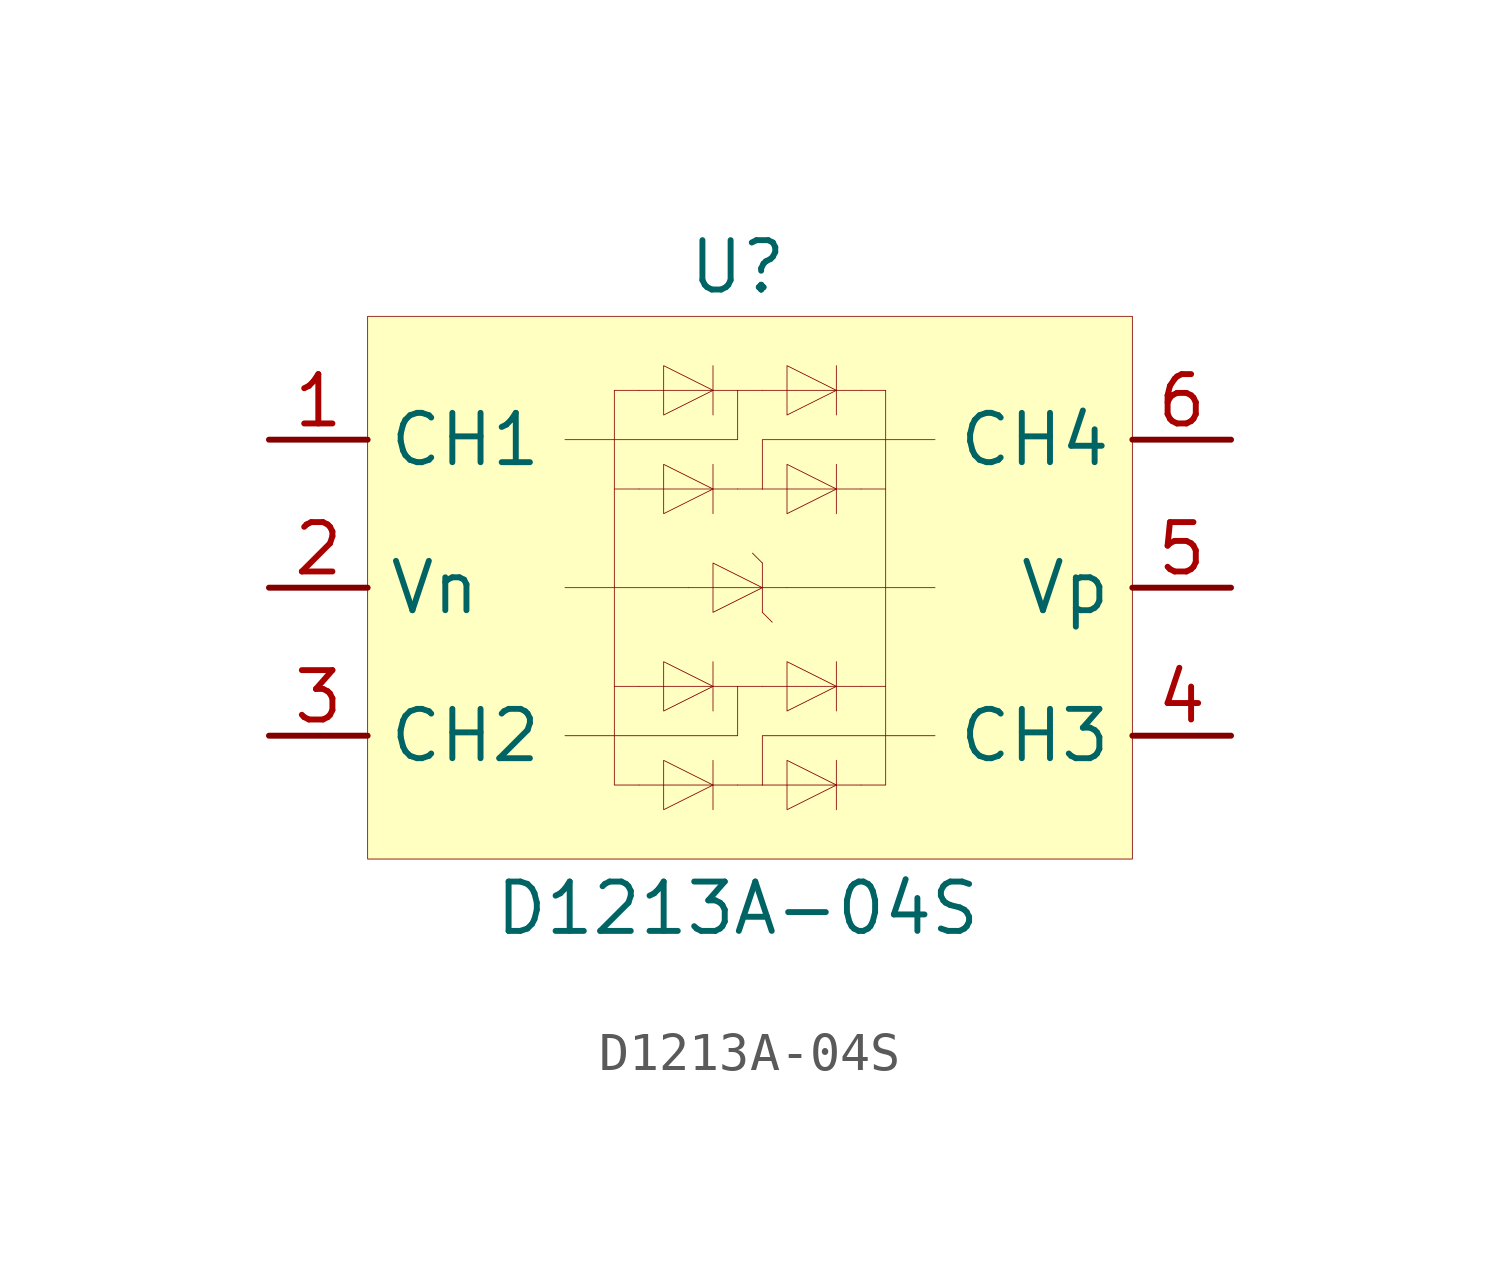
<source format=kicad_sym>
(kicad_symbol_lib
  (version 20201005)
  (generator kicad_symbol_editor)
  (symbol "dodo-protection:D1213A-04S"
    (property "Reference" "U"
      (at 0 8.255 0)
      (effects (font (size 1.27 1.27))))
    (property "Value" "D1213A-04S"
      (at 0 -8.255 0)
      (effects (font (size 1.27 1.27))))
    (symbol "D1213A-04S_0_1"
      (rectangle (start -9.525 6.985) (end 10.16 -6.985) (stroke (width 0.001)) (fill (type background)))
      (polyline (pts (xy 2.54 5.08) (xy 0.635 5.08)) (stroke (width 0.001)) (fill (type none)))
      (polyline (pts (xy 2.54 5.08) (xy 1.27 5.715) (xy 1.27 4.445) (xy 2.54 5.08)) (stroke (width 0.001)) (fill (type none)))
      (polyline (pts (xy 2.54 5.08) (xy 3.175 5.08)) (stroke (width 0.001)) (fill (type none)))
      (polyline (pts (xy 2.54 5.715) (xy 2.54 4.445)) (stroke (width 0.001)) (fill (type none)))
      (polyline (pts (xy -0.635 5.08) (xy -2.54 5.08)) (stroke (width 0.001)) (fill (type none)))
      (polyline (pts (xy -0.635 5.08) (xy -1.905 5.715) (xy -1.905 4.445) (xy -0.635 5.08)) (stroke (width 0.001)) (fill (type none)))
      (polyline (pts (xy -0.635 5.08) (xy 0 5.08)) (stroke (width 0.001)) (fill (type none)))
      (polyline (pts (xy -0.635 5.715) (xy -0.635 4.445)) (stroke (width 0.001)) (fill (type none)))
      (polyline (pts (xy 2.54 2.54) (xy 0.635 2.54)) (stroke (width 0.001)) (fill (type none)))
      (polyline (pts (xy 2.54 2.54) (xy 1.27 3.175) (xy 1.27 1.905) (xy 2.54 2.54)) (stroke (width 0.001)) (fill (type none)))
      (polyline (pts (xy 2.54 2.54) (xy 3.175 2.54)) (stroke (width 0.001)) (fill (type none)))
      (polyline (pts (xy 2.54 3.175) (xy 2.54 1.905)) (stroke (width 0.001)) (fill (type none)))
      (polyline (pts (xy 2.54 -2.54) (xy 0.635 -2.54)) (stroke (width 0.001)) (fill (type none)))
      (polyline (pts (xy 2.54 -2.54) (xy 1.27 -1.905) (xy 1.27 -3.175) (xy 2.54 -2.54)) (stroke (width 0.001)) (fill (type none)))
      (polyline (pts (xy 2.54 -2.54) (xy 3.175 -2.54)) (stroke (width 0.001)) (fill (type none)))
      (polyline (pts (xy 2.54 -1.905) (xy 2.54 -3.175)) (stroke (width 0.001)) (fill (type none)))
      (polyline (pts (xy 2.54 -5.08) (xy 0.635 -5.08)) (stroke (width 0.001)) (fill (type none)))
      (polyline (pts (xy 2.54 -5.08) (xy 1.27 -4.445) (xy 1.27 -5.715) (xy 2.54 -5.08)) (stroke (width 0.001)) (fill (type none)))
      (polyline (pts (xy 2.54 -5.08) (xy 3.175 -5.08)) (stroke (width 0.001)) (fill (type none)))
      (polyline (pts (xy 2.54 -4.445) (xy 2.54 -5.715)) (stroke (width 0.001)) (fill (type none)))
      (polyline (pts (xy -0.635 -2.54) (xy -2.54 -2.54)) (stroke (width 0.001)) (fill (type none)))
      (polyline (pts (xy -0.635 -2.54) (xy -1.905 -1.905) (xy -1.905 -3.175) (xy -0.635 -2.54)) (stroke (width 0.001)) (fill (type none)))
      (polyline (pts (xy -0.635 -2.54) (xy 0 -2.54)) (stroke (width 0.001)) (fill (type none)))
      (polyline (pts (xy -0.635 -1.905) (xy -0.635 -3.175)) (stroke (width 0.001)) (fill (type none)))
      (polyline (pts (xy -0.635 -5.08) (xy -2.54 -5.08)) (stroke (width 0.001)) (fill (type none)))
      (polyline (pts (xy -0.635 -5.08) (xy -1.905 -4.445) (xy -1.905 -5.715) (xy -0.635 -5.08)) (stroke (width 0.001)) (fill (type none)))
      (polyline (pts (xy -0.635 -5.08) (xy 0 -5.08)) (stroke (width 0.001)) (fill (type none)))
      (polyline (pts (xy -0.635 -4.445) (xy -0.635 -5.715)) (stroke (width 0.001)) (fill (type none)))
      (polyline (pts (xy -0.635 2.54) (xy -2.54 2.54)) (stroke (width 0.001)) (fill (type none)))
      (polyline (pts (xy -0.635 2.54) (xy -1.905 3.175) (xy -1.905 1.905) (xy -0.635 2.54)) (stroke (width 0.001)) (fill (type none)))
      (polyline (pts (xy -0.635 2.54) (xy 0 2.54)) (stroke (width 0.001)) (fill (type none)))
      (polyline (pts (xy -0.635 3.175) (xy -0.635 1.905)) (stroke (width 0.001)) (fill (type none)))
      (polyline (pts (xy 0.635 0) (xy -1.27 0)) (stroke (width 0.001)) (fill (type none)))
      (polyline (pts (xy 0.635 0) (xy -0.635 0.635) (xy -0.635 -0.635) (xy 0.635 0)) (stroke (width 0.001)) (fill (type none)))
      (polyline (pts (xy 0.635 0) (xy 1.27 0)) (stroke (width 0.001)) (fill (type none)))
      (polyline (pts (xy 0.635 0.635) (xy 0.635 -0.635)) (stroke (width 0.001)) (fill (type none)))
      (polyline (pts (xy 0.635 0.635) (xy 0.381 0.889)) (stroke (width 0.001)) (fill (type none)))
      (polyline (pts (xy 0.635 -0.635) (xy 0.889 -0.889)) (stroke (width 0.001)) (fill (type none)))
      (polyline (pts (xy -2.54 5.08) (xy -3.175 5.08) (xy -3.175 -5.08) (xy -2.54 -5.08)) (stroke (width 0.001)) (fill (type none)))
      (polyline (pts (xy -2.54 -2.54) (xy -3.175 -2.54)) (stroke (width 0.001)) (fill (type none)))
      (polyline (pts (xy -1.27 0) (xy -3.175 0)) (stroke (width 0.001)) (fill (type none)))
      (polyline (pts (xy -2.54 2.54) (xy -3.175 2.54)) (stroke (width 0.001)) (fill (type none)))
      (polyline (pts (xy 0 5.08) (xy 0.635 5.08)) (stroke (width 0.001)) (fill (type none)))
      (polyline (pts (xy 0 2.54) (xy 0.635 2.54)) (stroke (width 0.001)) (fill (type none)))
      (polyline (pts (xy 3.175 5.08) (xy 3.81 5.08) (xy 3.81 -5.08) (xy 3.175 -5.08)) (stroke (width 0.001)) (fill (type none)))
      (polyline (pts (xy 3.175 2.54) (xy 3.81 2.54)) (stroke (width 0.001)) (fill (type none)))
      (polyline (pts (xy 3.175 -2.54) (xy 3.81 -2.54)) (stroke (width 0.001)) (fill (type none)))
      (polyline (pts (xy 1.27 0) (xy 3.81 0)) (stroke (width 0.001)) (fill (type none)))
      (polyline (pts (xy 0.635 -2.54) (xy 0 -2.54)) (stroke (width 0.001)) (fill (type none)))
      (polyline (pts (xy 0.635 -5.08) (xy 0 -5.08)) (stroke (width 0.001)) (fill (type none)))
      (polyline (pts (xy 0.635 -5.08) (xy 0.635 -3.81) (xy 5.08 -3.81)) (stroke (width 0.001)) (fill (type none)))
      (polyline (pts (xy 0 -2.54) (xy 0 -3.81) (xy -4.445 -3.81)) (stroke (width 0.001)) (fill (type none)))
      (polyline (pts (xy 0.635 2.54) (xy 0.635 3.81) (xy 5.08 3.81)) (stroke (width 0.001)) (fill (type none)))
      (polyline (pts (xy 0 5.08) (xy 0 3.81) (xy -4.445 3.81)) (stroke (width 0.001)) (fill (type none)))
      (polyline (pts (xy 3.81 0) (xy 5.08 0)) (stroke (width 0.001)) (fill (type none)))
      (polyline (pts (xy -3.175 0) (xy -4.445 0)) (stroke (width 0.001)) (fill (type none))))
    (symbol "D1213A-04S_1_1"
      (pin input line (at -12.065 3.81 0) (length 2.54) (name "CH1" (effects (font (size 1.27 1.27)))) (number "1" (effects (font (size 1.27 1.27)))))
      (pin power_out line (at -12.065 0 0) (length 2.54) (name "Vn" (effects (font (size 1.27 1.27)))) (number "2" (effects (font (size 1.27 1.27)))))
      (pin input line (at -12.065 -3.81 0) (length 2.54) (name "CH2" (effects (font (size 1.27 1.27)))) (number "3" (effects (font (size 1.27 1.27)))))
      (pin input line (at 12.7 -3.81 180) (length 2.54) (name "CH3" (effects (font (size 1.27 1.27)))) (number "4" (effects (font (size 1.27 1.27)))))
      (pin input line (at 12.7 3.81 180) (length 2.54) (name "CH4" (effects (font (size 1.27 1.27)))) (number "6" (effects (font (size 1.27 1.27)))))
      (pin power_in line (at 12.7 0 180) (length 2.54) (name "Vp" (effects (font (size 1.27 1.27)))) (number "5" (effects (font (size 1.27 1.27))))))))
</source>
